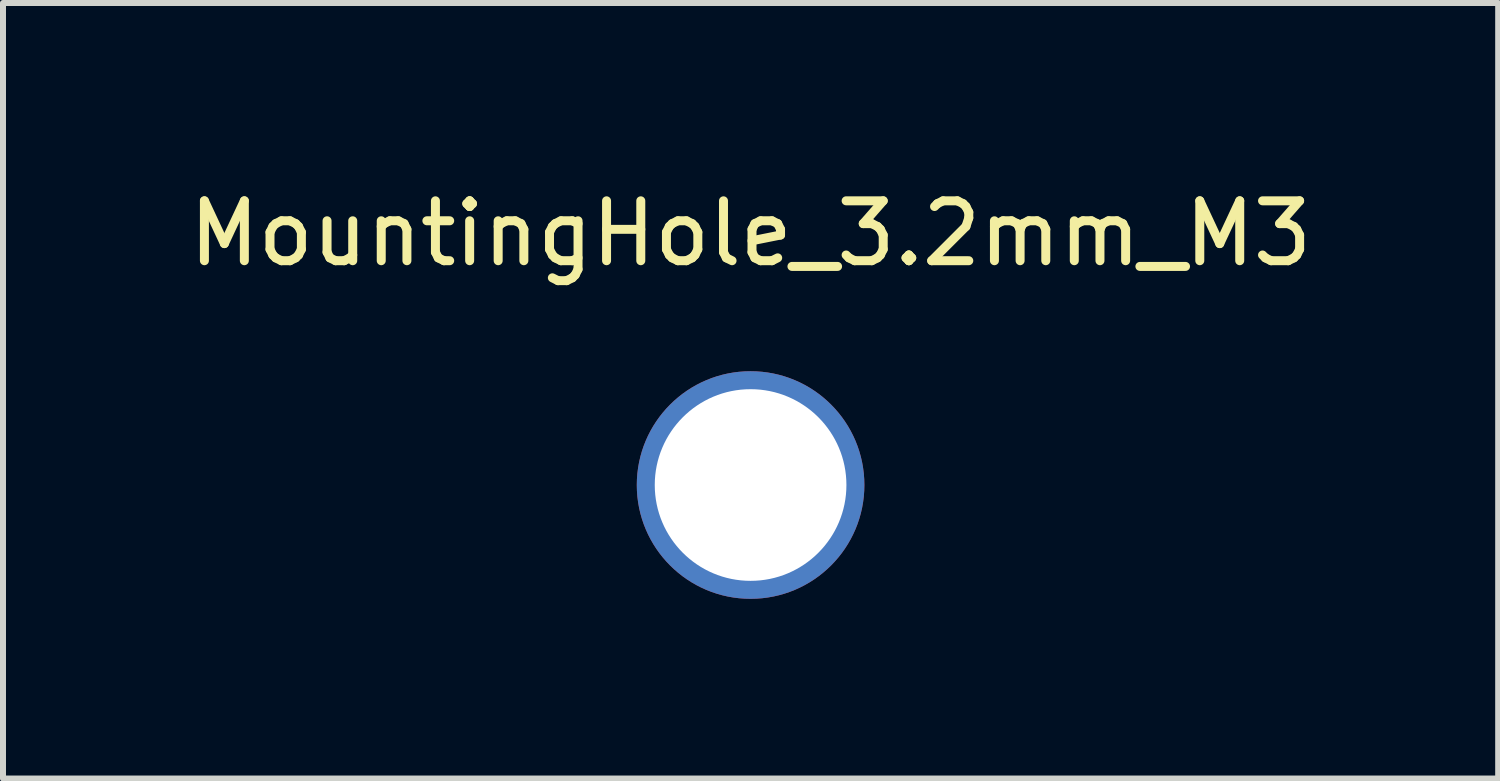
<source format=kicad_pcb>
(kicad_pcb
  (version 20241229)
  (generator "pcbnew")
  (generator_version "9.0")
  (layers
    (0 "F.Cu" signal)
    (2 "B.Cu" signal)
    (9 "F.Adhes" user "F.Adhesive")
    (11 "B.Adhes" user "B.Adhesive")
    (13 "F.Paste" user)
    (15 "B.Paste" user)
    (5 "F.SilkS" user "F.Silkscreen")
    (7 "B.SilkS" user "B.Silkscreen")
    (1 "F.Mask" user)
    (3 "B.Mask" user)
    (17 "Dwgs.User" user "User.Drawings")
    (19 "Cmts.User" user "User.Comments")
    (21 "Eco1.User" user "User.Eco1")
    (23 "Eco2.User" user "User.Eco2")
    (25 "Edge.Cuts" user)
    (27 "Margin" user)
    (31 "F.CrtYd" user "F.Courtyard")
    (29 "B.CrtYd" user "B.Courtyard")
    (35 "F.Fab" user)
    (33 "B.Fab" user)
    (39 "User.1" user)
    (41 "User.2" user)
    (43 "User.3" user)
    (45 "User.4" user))
  (footprint "MountingHole_3.2mm_M3"
    (layer "F.Cu")
    (at 9.482 5.048)
    (property "Reference" "MountingHole_3.2mm_M3" (at 0 -4.2 0) (layer "F.SilkS") (effects (font (size 1 1) (thickness 0.15))))
    (attr through_hole)
    (pad "" thru_hole circle (at 0 0) (size 3.8 3.8) (drill 3.2) (layers "*.Cu" "*.Mask")))
  (gr_rect
    (start -3 -3)
    (end 21.964 9.948)
    (stroke (width 0.1) (type default))
    (fill no)
    (layer "Edge.Cuts")))
</source>
